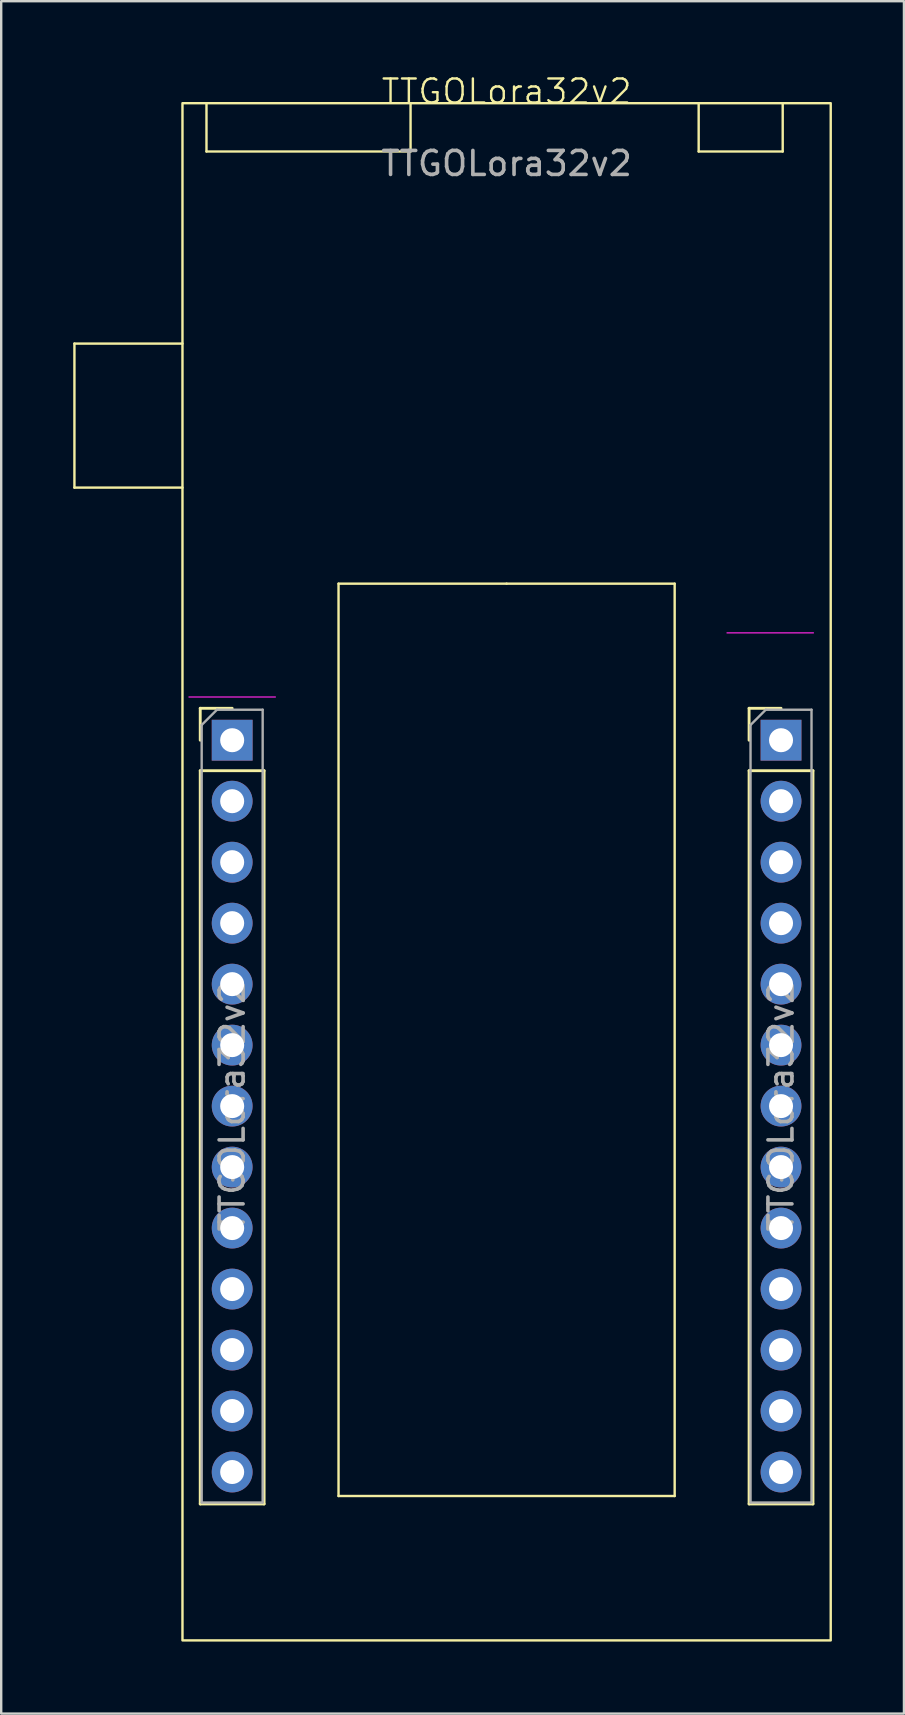
<source format=kicad_pcb>
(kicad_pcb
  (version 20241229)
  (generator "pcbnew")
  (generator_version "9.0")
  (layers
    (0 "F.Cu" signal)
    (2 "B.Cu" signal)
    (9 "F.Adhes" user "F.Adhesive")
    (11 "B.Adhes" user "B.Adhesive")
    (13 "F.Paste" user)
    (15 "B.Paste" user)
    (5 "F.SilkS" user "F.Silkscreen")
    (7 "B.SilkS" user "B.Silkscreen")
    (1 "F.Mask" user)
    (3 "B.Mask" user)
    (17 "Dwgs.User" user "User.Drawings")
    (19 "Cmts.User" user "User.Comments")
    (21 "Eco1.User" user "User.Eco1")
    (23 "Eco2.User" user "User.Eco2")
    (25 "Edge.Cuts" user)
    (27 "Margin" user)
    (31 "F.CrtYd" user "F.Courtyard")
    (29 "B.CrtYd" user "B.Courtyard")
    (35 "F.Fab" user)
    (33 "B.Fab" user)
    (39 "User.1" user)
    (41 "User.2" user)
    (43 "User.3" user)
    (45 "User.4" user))
  (footprint "TTGOLora32v2"
    (layer "F.Cu")
    (at 18.05 1.26)
    (property "Reference" "TTGOLora32v2" (at 0 -0.5 0) (unlocked yes) (layer "F.SilkS") (effects (font (size 1 1) (thickness 0.1))))
    (attr through_hole)
    (fp_line (start -18 10) (end -18 16) (stroke (width 0.1) (type default)) (layer "F.SilkS"))
    (fp_line (start -18 16) (end -13.5 16) (stroke (width 0.1) (type default)) (layer "F.SilkS"))
    (fp_line (start -13.5 10) (end -18 10) (stroke (width 0.1) (type default)) (layer "F.SilkS"))
    (fp_line (start -12.76 25.19) (end -11.43 25.19) (stroke (width 0.12) (type solid)) (layer "F.SilkS"))
    (fp_line (start -12.76 26.52) (end -12.76 25.19) (stroke (width 0.12) (type solid)) (layer "F.SilkS"))
    (fp_line (start -12.76 27.79) (end -12.76 58.33) (stroke (width 0.12) (type solid)) (layer "F.SilkS"))
    (fp_line (start -12.76 27.79) (end -10.1 27.79) (stroke (width 0.12) (type solid)) (layer "F.SilkS"))
    (fp_line (start -12.76 58.33) (end -10.1 58.33) (stroke (width 0.12) (type solid)) (layer "F.SilkS"))
    (fp_line (start -12.5 0) (end -12.5 2) (stroke (width 0.1) (type default)) (layer "F.SilkS"))
    (fp_line (start -12.5 2) (end -4 2) (stroke (width 0.1) (type default)) (layer "F.SilkS"))
    (fp_line (start -10.1 27.79) (end -10.1 58.33) (stroke (width 0.12) (type solid)) (layer "F.SilkS"))
    (fp_line (start -7 20) (end 0 20) (stroke (width 0.1) (type default)) (layer "F.SilkS"))
    (fp_line (start -7 58) (end -7 20) (stroke (width 0.1) (type default)) (layer "F.SilkS"))
    (fp_line (start -4 2) (end -4 0) (stroke (width 0.1) (type default)) (layer "F.SilkS"))
    (fp_line (start 0 20) (end 7 20) (stroke (width 0.1) (type default)) (layer "F.SilkS"))
    (fp_line (start 7 20) (end 7 58) (stroke (width 0.1) (type default)) (layer "F.SilkS"))
    (fp_line (start 7 58) (end -7 58) (stroke (width 0.1) (type default)) (layer "F.SilkS"))
    (fp_line (start 8 2) (end 8 0) (stroke (width 0.1) (type default)) (layer "F.SilkS"))
    (fp_line (start 10.1 25.19) (end 11.43 25.19) (stroke (width 0.12) (type solid)) (layer "F.SilkS"))
    (fp_line (start 10.1 26.52) (end 10.1 25.19) (stroke (width 0.12) (type solid)) (layer "F.SilkS"))
    (fp_line (start 10.1 27.79) (end 10.1 58.33) (stroke (width 0.12) (type solid)) (layer "F.SilkS"))
    (fp_line (start 10.1 27.79) (end 12.76 27.79) (stroke (width 0.12) (type solid)) (layer "F.SilkS"))
    (fp_line (start 10.1 58.33) (end 12.76 58.33) (stroke (width 0.12) (type solid)) (layer "F.SilkS"))
    (fp_line (start 11.5 0) (end 11.5 2) (stroke (width 0.1) (type default)) (layer "F.SilkS"))
    (fp_line (start 11.5 2) (end 8 2) (stroke (width 0.1) (type default)) (layer "F.SilkS"))
    (fp_line (start 12.76 27.79) (end 12.76 58.33) (stroke (width 0.12) (type solid)) (layer "F.SilkS"))
    (fp_rect (start -13.5 -0.013) (end 13.5 64.013) (stroke (width 0.1) (type default)) (fill no) (layer "F.SilkS"))
    (fp_line (start -9.63 24.72) (end -13.23 24.72) (stroke (width 0.05) (type solid)) (layer "F.CrtYd"))
    (fp_line (start 12.78 22.05) (end 9.18 22.05) (stroke (width 0.05) (type solid)) (layer "F.CrtYd"))
    (fp_line (start -12.7 25.885) (end -12.065 25.25) (stroke (width 0.1) (type solid)) (layer "F.Fab"))
    (fp_line (start -12.7 58.27) (end -12.7 25.885) (stroke (width 0.1) (type solid)) (layer "F.Fab"))
    (fp_line (start -12.065 25.25) (end -10.16 25.25) (stroke (width 0.1) (type solid)) (layer "F.Fab"))
    (fp_line (start -10.16 25.25) (end -10.16 58.27) (stroke (width 0.1) (type solid)) (layer "F.Fab"))
    (fp_line (start -10.16 58.27) (end -12.7 58.27) (stroke (width 0.1) (type solid)) (layer "F.Fab"))
    (fp_line (start 10.16 25.885) (end 10.795 25.25) (stroke (width 0.1) (type solid)) (layer "F.Fab"))
    (fp_line (start 10.16 58.27) (end 10.16 25.885) (stroke (width 0.1) (type solid)) (layer "F.Fab"))
    (fp_line (start 10.795 25.25) (end 12.7 25.25) (stroke (width 0.1) (type solid)) (layer "F.Fab"))
    (fp_line (start 12.7 25.25) (end 12.7 58.27) (stroke (width 0.1) (type solid)) (layer "F.Fab"))
    (fp_line (start 12.7 58.27) (end 10.16 58.27) (stroke (width 0.1) (type solid)) (layer "F.Fab"))
    (fp_text user "${REFERENCE}" (at -11.43 41.76 90) (layer "F.Fab") (effects (font (size 1 1) (thickness 0.15))))
    (fp_text user "${REFERENCE}" (at 11.43 41.76 90) (layer "F.Fab") (effects (font (size 1 1) (thickness 0.15))))
    (fp_text user "${REFERENCE}" (at 0 2.5 0) (unlocked yes) (layer "F.Fab") (effects (font (size 1 1) (thickness 0.15))))
    (pad "1" thru_hole oval (at 11.43 57) (size 1.7 1.7) (drill 1) (layers "*.Cu" "*.Mask"))
    (pad "2" thru_hole oval (at 11.43 54.46) (size 1.7 1.7) (drill 1) (layers "*.Cu" "*.Mask"))
    (pad "3" thru_hole oval (at 11.43 51.92) (size 1.7 1.7) (drill 1) (layers "*.Cu" "*.Mask"))
    (pad "4" thru_hole oval (at 11.43 49.38) (size 1.7 1.7) (drill 1) (layers "*.Cu" "*.Mask"))
    (pad "5" thru_hole oval (at 11.43 46.84) (size 1.7 1.7) (drill 1) (layers "*.Cu" "*.Mask"))
    (pad "6" thru_hole oval (at 11.43 44.3) (size 1.7 1.7) (drill 1) (layers "*.Cu" "*.Mask"))
    (pad "7" thru_hole oval (at 11.43 41.76) (size 1.7 1.7) (drill 1) (layers "*.Cu" "*.Mask"))
    (pad "8" thru_hole oval (at 11.43 39.22) (size 1.7 1.7) (drill 1) (layers "*.Cu" "*.Mask"))
    (pad "9" thru_hole oval (at 11.43 36.68) (size 1.7 1.7) (drill 1) (layers "*.Cu" "*.Mask"))
    (pad "10" thru_hole oval (at 11.43 34.14) (size 1.7 1.7) (drill 1) (layers "*.Cu" "*.Mask"))
    (pad "11" thru_hole oval (at 11.43 31.6) (size 1.7 1.7) (drill 1) (layers "*.Cu" "*.Mask"))
    (pad "12" thru_hole oval (at 11.43 29.06) (size 1.7 1.7) (drill 1) (layers "*.Cu" "*.Mask"))
    (pad "13" thru_hole rect (at 11.43 26.52) (size 1.7 1.7) (drill 1) (layers "*.Cu" "*.Mask"))
    (pad "14" thru_hole rect (at -11.43 26.52) (size 1.7 1.7) (drill 1) (layers "*.Cu" "*.Mask"))
    (pad "15" thru_hole oval (at -11.43 29.06) (size 1.7 1.7) (drill 1) (layers "*.Cu" "*.Mask"))
    (pad "16" thru_hole oval (at -11.43 31.6) (size 1.7 1.7) (drill 1) (layers "*.Cu" "*.Mask"))
    (pad "17" thru_hole oval (at -11.43 34.14) (size 1.7 1.7) (drill 1) (layers "*.Cu" "*.Mask"))
    (pad "18" thru_hole oval (at -11.43 36.68) (size 1.7 1.7) (drill 1) (layers "*.Cu" "*.Mask"))
    (pad "19" thru_hole oval (at -11.43 39.22) (size 1.7 1.7) (drill 1) (layers "*.Cu" "*.Mask"))
    (pad "20" thru_hole oval (at -11.43 41.76) (size 1.7 1.7) (drill 1) (layers "*.Cu" "*.Mask"))
    (pad "21" thru_hole oval (at -11.43 44.3) (size 1.7 1.7) (drill 1) (layers "*.Cu" "*.Mask"))
    (pad "22" thru_hole oval (at -11.43 46.84) (size 1.7 1.7) (drill 1) (layers "*.Cu" "*.Mask"))
    (pad "23" thru_hole oval (at -11.43 49.38) (size 1.7 1.7) (drill 1) (layers "*.Cu" "*.Mask"))
    (pad "24" thru_hole oval (at -11.43 51.92) (size 1.7 1.7) (drill 1) (layers "*.Cu" "*.Mask"))
    (pad "25" thru_hole oval (at -11.43 54.46) (size 1.7 1.7) (drill 1) (layers "*.Cu" "*.Mask"))
    (pad "26" thru_hole oval (at -11.43 57) (size 1.7 1.7) (drill 1) (layers "*.Cu" "*.Mask")))
  (gr_rect
    (start -3 -3)
    (end 34.6 68.323)
    (stroke (width 0.1) (type default))
    (fill no)
    (layer "Edge.Cuts")))
</source>
